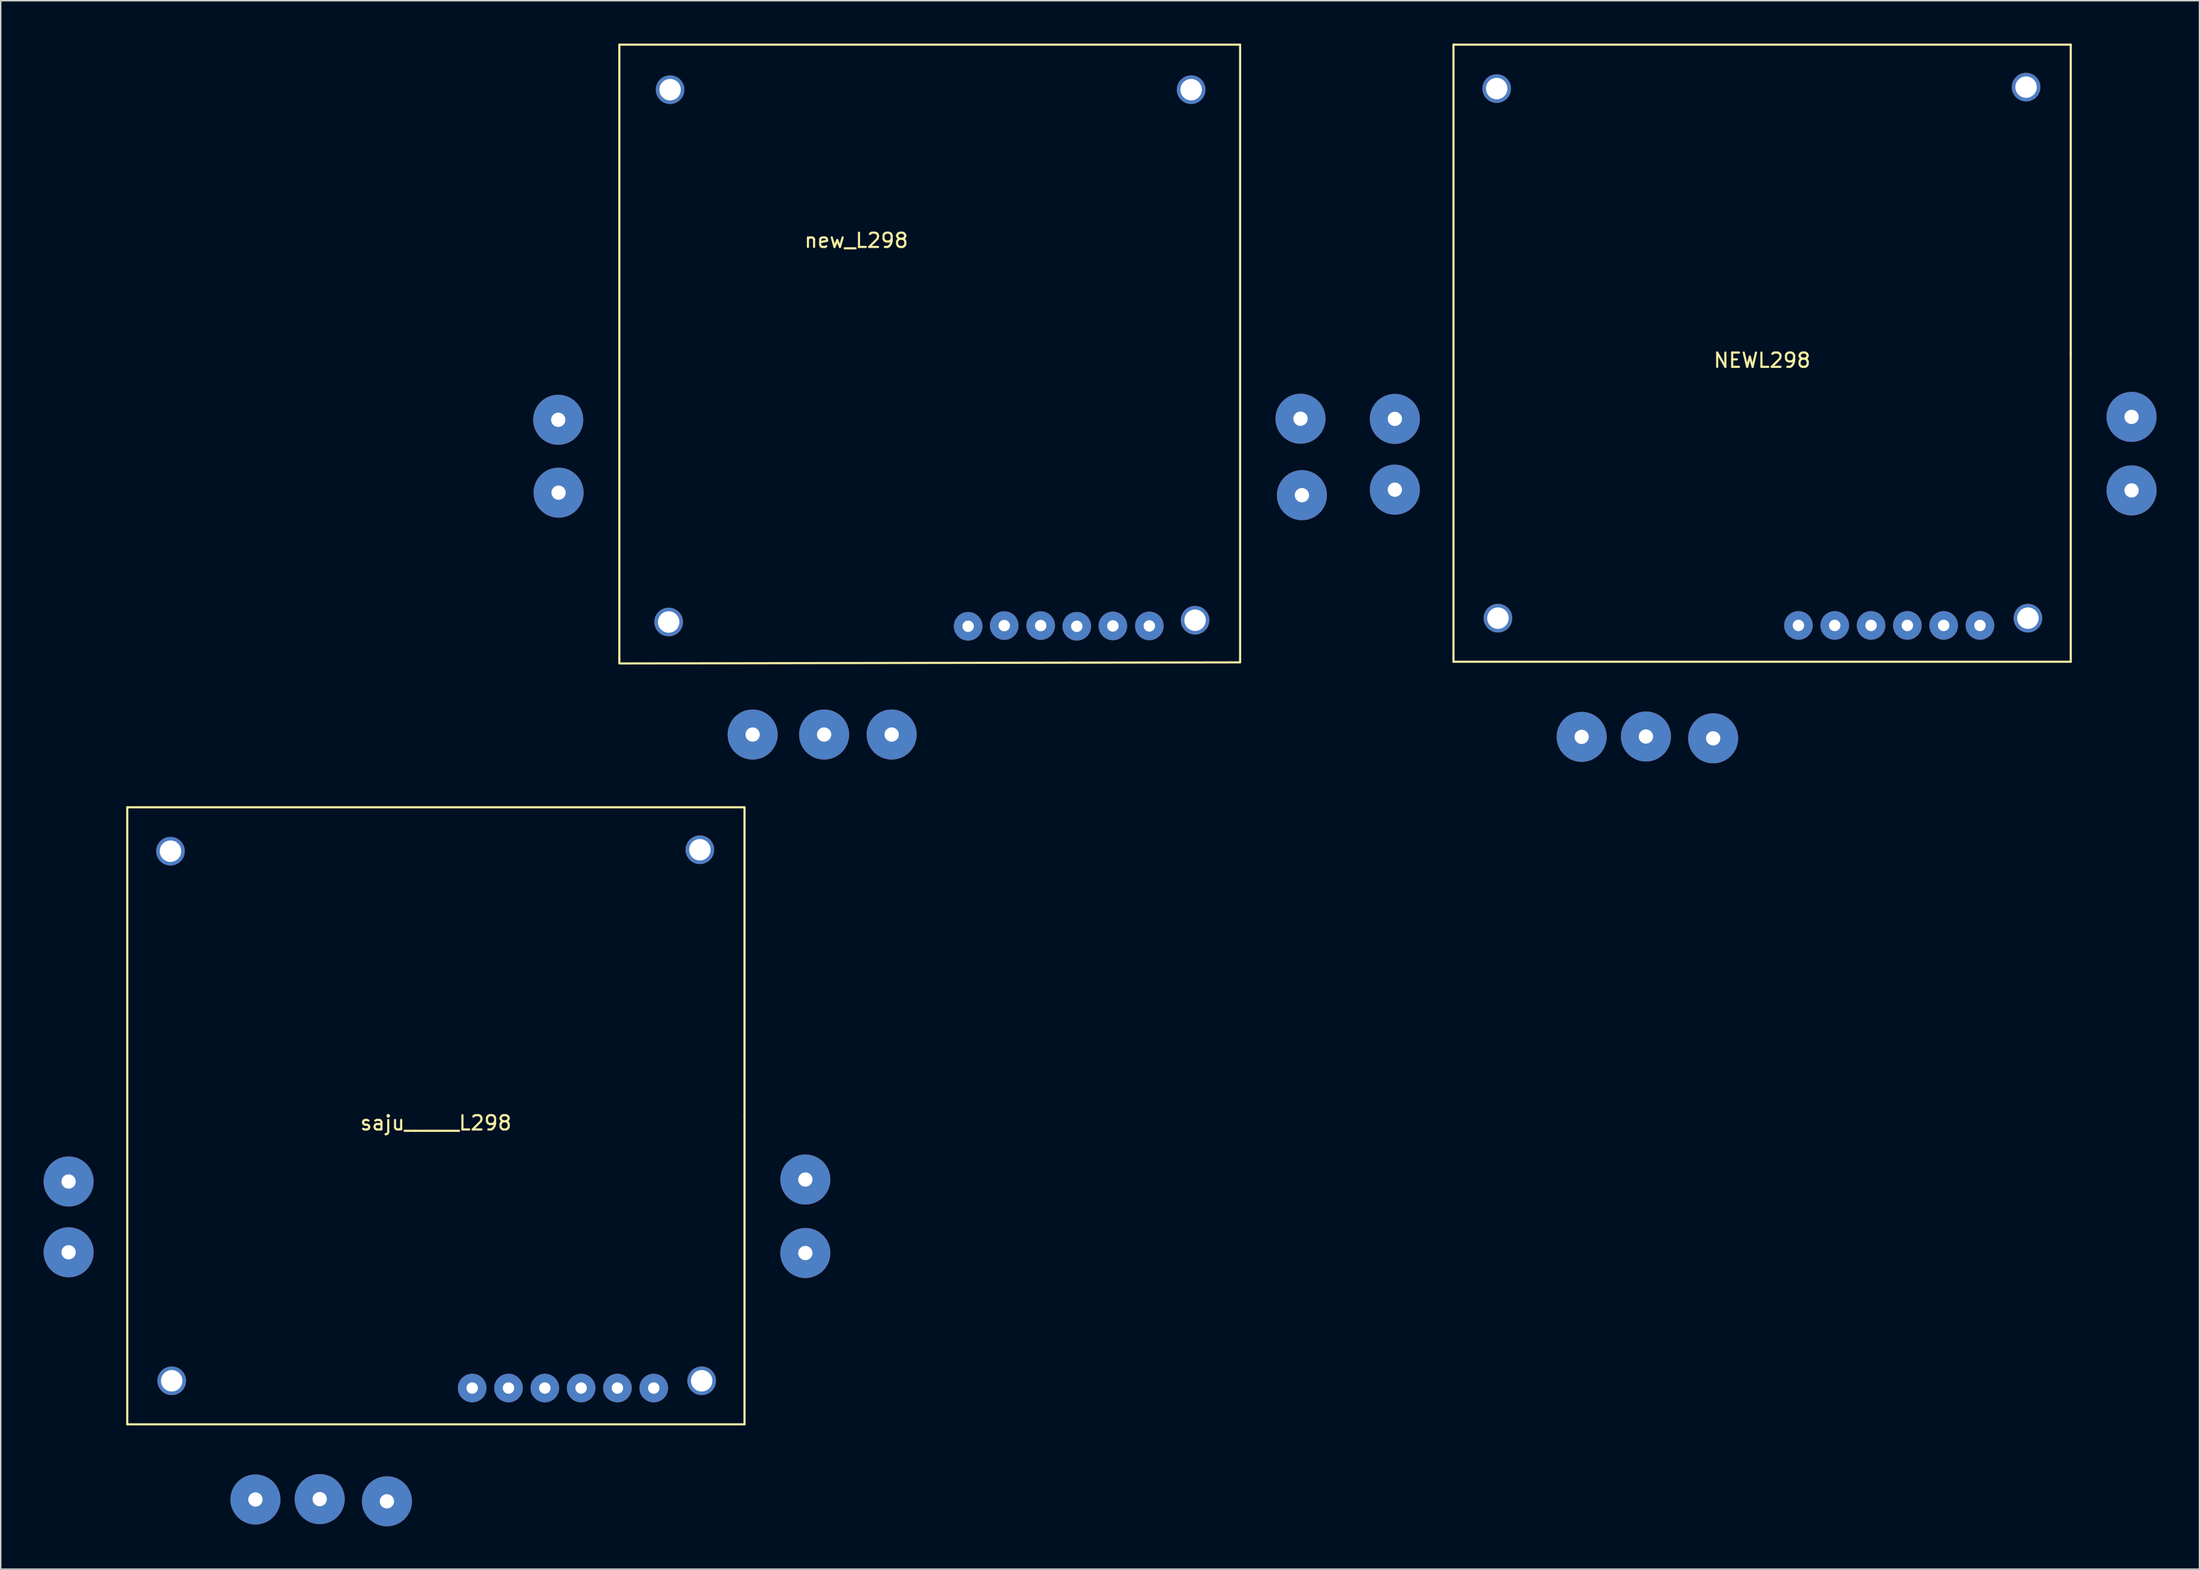
<source format=kicad_pcb>
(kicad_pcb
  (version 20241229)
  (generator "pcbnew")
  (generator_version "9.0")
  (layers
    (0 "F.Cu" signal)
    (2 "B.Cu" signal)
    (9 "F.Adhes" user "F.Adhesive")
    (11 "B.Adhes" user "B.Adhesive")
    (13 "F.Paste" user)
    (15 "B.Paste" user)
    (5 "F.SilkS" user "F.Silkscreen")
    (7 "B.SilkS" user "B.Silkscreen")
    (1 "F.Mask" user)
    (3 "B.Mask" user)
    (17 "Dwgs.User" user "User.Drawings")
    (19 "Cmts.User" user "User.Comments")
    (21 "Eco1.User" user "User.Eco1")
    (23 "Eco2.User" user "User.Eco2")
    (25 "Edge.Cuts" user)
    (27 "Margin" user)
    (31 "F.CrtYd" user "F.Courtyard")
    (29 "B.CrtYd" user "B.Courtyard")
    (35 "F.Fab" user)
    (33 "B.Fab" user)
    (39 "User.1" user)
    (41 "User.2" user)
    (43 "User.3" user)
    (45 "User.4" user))
  (footprint "new_L298"
    (layer "F.Cu")
    (at 0.25 21.875)
    (property "Reference" "new_L298" (at 56.6 -8.1 0) (layer "F.SilkS") (effects (font (size 1 1) (thickness 0.15))))
    (attr through_hole)
    (fp_line (start 40.025 -21.8) (end 40.025 21.15) (stroke (width 0.15) (type solid)) (layer "F.SilkS"))
    (fp_line (start 40.025 21.175) (end 40.025 21.5) (stroke (width 0.15) (type solid)) (layer "F.SilkS"))
    (fp_line (start 40.125 21.5) (end 83.425 21.425) (stroke (width 0.15) (type solid)) (layer "F.SilkS"))
    (fp_line (start 83.45 -21.8) (end 40.025 -21.8) (stroke (width 0.15) (type solid)) (layer "F.SilkS"))
    (fp_line (start 83.45 21.425) (end 83.45 -21.8) (stroke (width 0.15) (type solid)) (layer "F.SilkS"))
    (pad "0" thru_hole circle (at 43.475 18.6) (size 2 2) (drill 1.5) (layers "*.Cu" "*.Mask"))
    (pad "0" thru_hole circle (at 43.575 -18.65) (size 2 2) (drill 1.5) (layers "*.Cu" "*.Mask"))
    (pad "0" thru_hole circle (at 80.025 -18.65) (size 2 2) (drill 1.5) (layers "*.Cu" "*.Mask"))
    (pad "0" thru_hole circle (at 80.3 18.475) (size 2 2) (drill 1.5) (layers "*.Cu" "*.Mask"))
    (pad "1" thru_hole circle (at 49.35 26.475) (size 3.5 3.5) (drill 1) (layers "*.Cu" "*.Mask"))
    (pad "2" thru_hole circle (at 54.35 26.475) (size 3.5 3.5) (drill 1) (layers "*.Cu" "*.Mask"))
    (pad "3" thru_hole circle (at 59.075 26.475) (size 3.5 3.5) (drill 1) (layers "*.Cu" "*.Mask"))
    (pad "4" thru_hole circle (at 64.425 18.9) (size 2 2) (drill 0.8) (layers "*.Cu" "*.Mask"))
    (pad "5" thru_hole circle (at 66.95 18.85) (size 2 2) (drill 0.8) (layers "*.Cu" "*.Mask"))
    (pad "6" thru_hole circle (at 69.5 18.85) (size 2 2) (drill 0.8) (layers "*.Cu" "*.Mask"))
    (pad "7" thru_hole circle (at 72.025 18.9) (size 2 2) (drill 0.8) (layers "*.Cu" "*.Mask"))
    (pad "8" thru_hole circle (at 74.55 18.875) (size 2 2) (drill 0.8) (layers "*.Cu" "*.Mask"))
    (pad "9" thru_hole circle (at 77.1 18.875) (size 2 2) (drill 0.8) (layers "*.Cu" "*.Mask"))
    (pad "10" thru_hole circle (at 35.75 4.45) (size 3.5 3.5) (drill 1) (layers "*.Cu" "*.Mask"))
    (pad "11" thru_hole circle (at 35.775 9.55) (size 3.5 3.5) (drill 1) (layers "*.Cu" "*.Mask"))
    (pad "12" thru_hole circle (at 87.675 4.375) (size 3.5 3.5) (drill 1) (layers "*.Cu" "*.Mask"))
    (pad "13" thru_hole circle (at 87.775 9.725) (size 3.5 3.5) (drill 1) (layers "*.Cu" "*.Mask")))
  (footprint "NEWL298"
    (layer "F.Cu")
    (at 120.217 21.665)
    (property "Reference" "NEWL298" (at 0 0.5 0) (layer "F.SilkS") (effects (font (size 1 1) (thickness 0.15))))
    (attr through_hole)
    (fp_line (start -21.59 -21.59) (end 21.59 -21.59) (stroke (width 0.15) (type solid)) (layer "F.SilkS"))
    (fp_line (start -21.59 21.59) (end -21.59 -21.59) (stroke (width 0.15) (type solid)) (layer "F.SilkS"))
    (fp_line (start 21.59 -21.59) (end 21.59 0) (stroke (width 0.15) (type solid)) (layer "F.SilkS"))
    (fp_line (start 21.59 0) (end 21.59 21.59) (stroke (width 0.15) (type solid)) (layer "F.SilkS"))
    (fp_line (start 21.59 21.59) (end -21.59 21.59) (stroke (width 0.15) (type solid)) (layer "F.SilkS"))
    (pad "0" thru_hole circle (at -18.567 -18.517) (size 2 2) (drill 1.5) (layers "*.Cu" "*.Mask"))
    (pad "0" thru_hole circle (at -18.479 18.542) (size 2 2) (drill 1.5) (layers "*.Cu" "*.Mask"))
    (pad "0" thru_hole circle (at 18.466 -18.618) (size 2 2) (drill 1.5) (layers "*.Cu" "*.Mask"))
    (pad "0" thru_hole circle (at 18.593 18.542) (size 2 2) (drill 1.5) (layers "*.Cu" "*.Mask"))
    (pad "1" thru_hole circle (at -12.624 26.848) (size 3.5 3.5) (drill 1) (layers "*.Cu" "*.Mask"))
    (pad "2" thru_hole circle (at -8.128 26.822) (size 3.5 3.5) (drill 1) (layers "*.Cu" "*.Mask"))
    (pad "3" thru_hole circle (at 2.54 19.05) (size 2 2) (drill 0.8) (layers "*.Cu" "*.Mask"))
    (pad "4" thru_hole circle (at 5.08 19.05) (size 2 2) (drill 0.8) (layers "*.Cu" "*.Mask"))
    (pad "5" thru_hole circle (at 7.62 19.05) (size 2 2) (drill 0.8) (layers "*.Cu" "*.Mask"))
    (pad "6" thru_hole circle (at 10.16 19.05) (size 2 2) (drill 0.8) (layers "*.Cu" "*.Mask"))
    (pad "7" thru_hole circle (at 12.7 19.05) (size 2 2) (drill 0.8) (layers "*.Cu" "*.Mask"))
    (pad "8" thru_hole circle (at 15.24 19.05) (size 2 2) (drill 0.8) (layers "*.Cu" "*.Mask"))
    (pad "9" thru_hole circle (at -25.692 4.597) (size 3.5 3.5) (drill 1) (layers "*.Cu" "*.Mask"))
    (pad "10" thru_hole circle (at -25.692 9.55) (size 3.5 3.5) (drill 1) (layers "*.Cu" "*.Mask"))
    (pad "11" thru_hole circle (at 25.845 4.458) (size 3.5 3.5) (drill 1) (layers "*.Cu" "*.Mask"))
    (pad "12" thru_hole circle (at 25.845 9.601) (size 3.5 3.5) (drill 1) (layers "*.Cu" "*.Mask"))
    (pad "13" thru_hole circle (at -3.425 26.95) (size 3.5 3.5) (drill 1) (layers "*.Cu" "*.Mask")))
  (footprint "saju_____L298"
    (layer "F.Cu")
    (at 27.442 75.03)
    (property "Reference" "saju_____L298" (at 0 0.5 0) (layer "F.SilkS") (effects (font (size 1 1) (thickness 0.15))))
    (attr through_hole)
    (fp_line (start -21.59 -21.59) (end 21.59 -21.59) (stroke (width 0.15) (type solid)) (layer "F.SilkS"))
    (fp_line (start -21.59 21.59) (end -21.59 -21.59) (stroke (width 0.15) (type solid)) (layer "F.SilkS"))
    (fp_line (start 21.59 -21.59) (end 21.59 0) (stroke (width 0.15) (type solid)) (layer "F.SilkS"))
    (fp_line (start 21.59 0) (end 21.59 21.59) (stroke (width 0.15) (type solid)) (layer "F.SilkS"))
    (fp_line (start 21.59 21.59) (end -21.59 21.59) (stroke (width 0.15) (type solid)) (layer "F.SilkS"))
    (pad "0" thru_hole circle (at -3.425 26.975) (size 3.5 3.5) (drill 1) (layers "*.Cu" "*.Mask"))
    (pad "1" thru_hole circle (at -12.624 26.848) (size 3.5 3.5) (drill 1) (layers "*.Cu" "*.Mask"))
    (pad "2" thru_hole circle (at -8.128 26.822) (size 3.5 3.5) (drill 1) (layers "*.Cu" "*.Mask"))
    (pad "3" thru_hole circle (at 2.54 19.05) (size 2 2) (drill 0.8) (layers "*.Cu" "*.Mask"))
    (pad "4" thru_hole circle (at 5.08 19.05) (size 2 2) (drill 0.8) (layers "*.Cu" "*.Mask"))
    (pad "5" thru_hole circle (at 7.62 19.05) (size 2 2) (drill 0.8) (layers "*.Cu" "*.Mask"))
    (pad "6" thru_hole circle (at 10.16 19.05) (size 2 2) (drill 0.8) (layers "*.Cu" "*.Mask"))
    (pad "7" thru_hole circle (at 12.7 19.05) (size 2 2) (drill 0.8) (layers "*.Cu" "*.Mask"))
    (pad "8" thru_hole circle (at 15.24 19.05) (size 2 2) (drill 0.8) (layers "*.Cu" "*.Mask"))
    (pad "9" thru_hole circle (at -25.692 4.597) (size 3.5 3.5) (drill 1) (layers "*.Cu" "*.Mask"))
    (pad "10" thru_hole circle (at -25.692 9.55) (size 3.5 3.5) (drill 1) (layers "*.Cu" "*.Mask"))
    (pad "11" thru_hole circle (at 25.845 4.458) (size 3.5 3.5) (drill 1) (layers "*.Cu" "*.Mask"))
    (pad "12" thru_hole circle (at 25.845 9.601) (size 3.5 3.5) (drill 1) (layers "*.Cu" "*.Mask"))
    (pad "13" thru_hole circle (at -18.479 18.542) (size 2 2) (drill 1.5) (layers "*.Cu" "*.Mask"))
    (pad "14" thru_hole circle (at -18.567 -18.517) (size 2 2) (drill 1.5) (layers "*.Cu" "*.Mask"))
    (pad "14" thru_hole circle (at 18.466 -18.618) (size 2 2) (drill 1.5) (layers "*.Cu" "*.Mask"))
    (pad "15" thru_hole circle (at 18.593 18.542) (size 2 2) (drill 1.5) (layers "*.Cu" "*.Mask")))
  (gr_rect
    (start -3 -3)
    (end 150.812 106.755)
    (stroke (width 0.1) (type default))
    (fill no)
    (layer "Edge.Cuts")))
</source>
